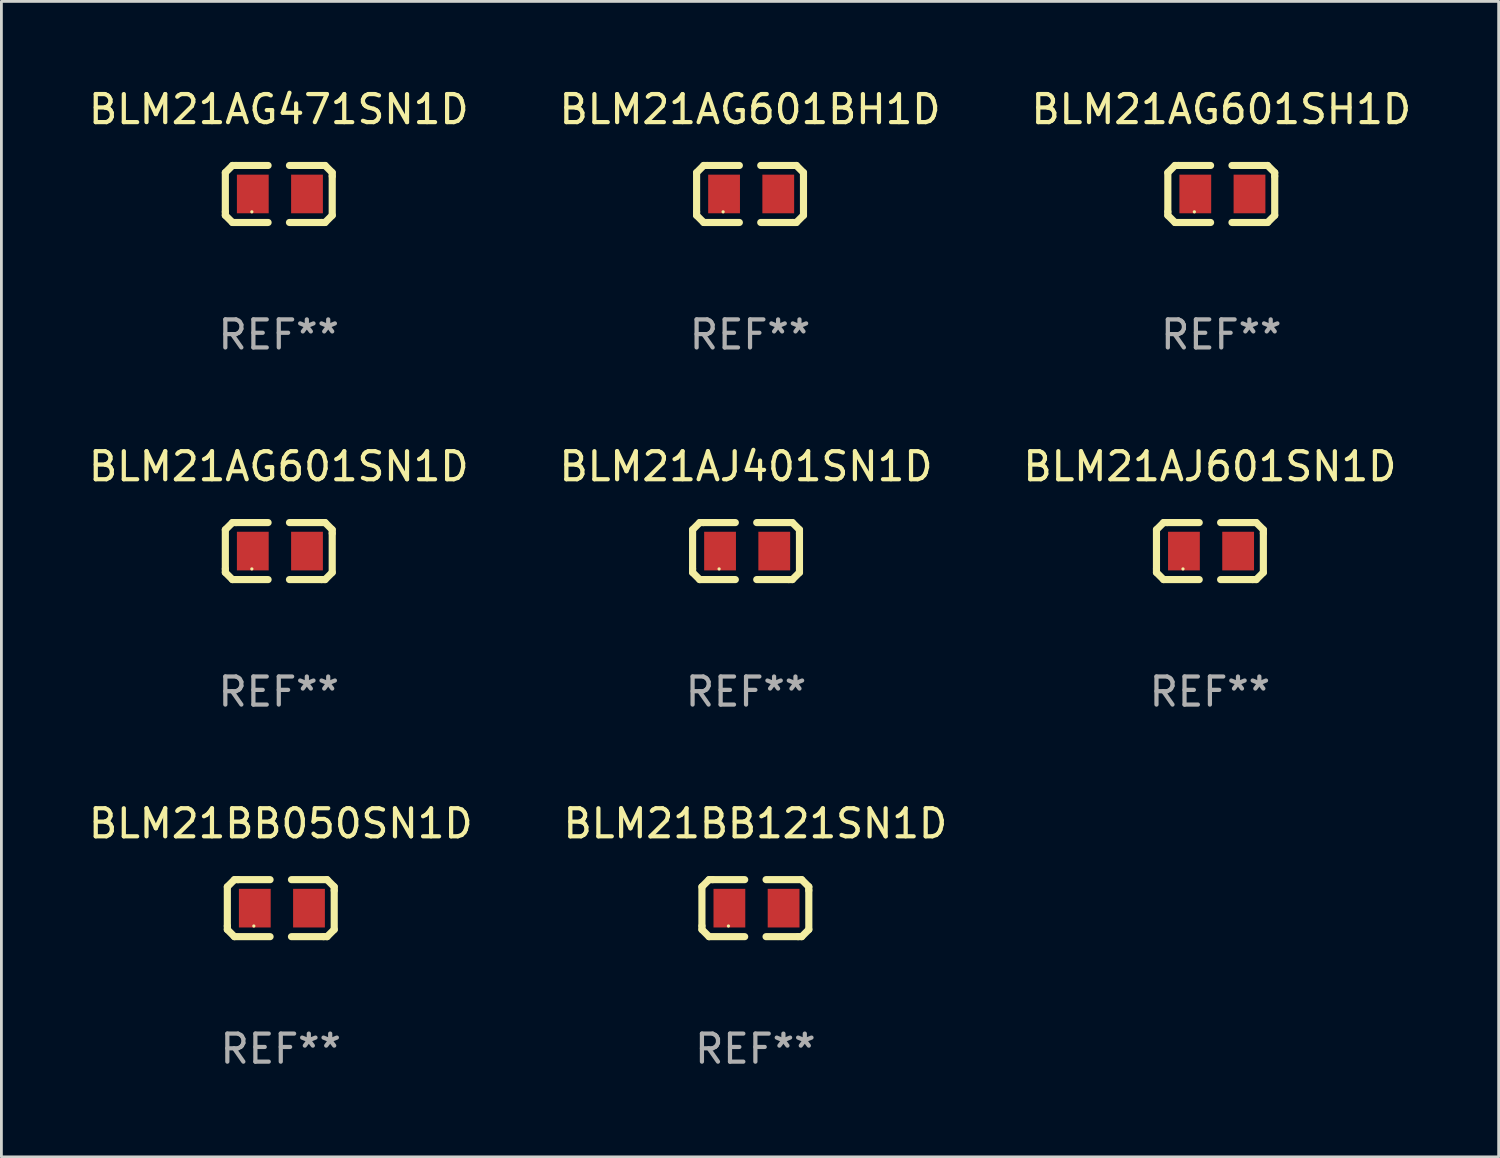
<source format=kicad_pcb>
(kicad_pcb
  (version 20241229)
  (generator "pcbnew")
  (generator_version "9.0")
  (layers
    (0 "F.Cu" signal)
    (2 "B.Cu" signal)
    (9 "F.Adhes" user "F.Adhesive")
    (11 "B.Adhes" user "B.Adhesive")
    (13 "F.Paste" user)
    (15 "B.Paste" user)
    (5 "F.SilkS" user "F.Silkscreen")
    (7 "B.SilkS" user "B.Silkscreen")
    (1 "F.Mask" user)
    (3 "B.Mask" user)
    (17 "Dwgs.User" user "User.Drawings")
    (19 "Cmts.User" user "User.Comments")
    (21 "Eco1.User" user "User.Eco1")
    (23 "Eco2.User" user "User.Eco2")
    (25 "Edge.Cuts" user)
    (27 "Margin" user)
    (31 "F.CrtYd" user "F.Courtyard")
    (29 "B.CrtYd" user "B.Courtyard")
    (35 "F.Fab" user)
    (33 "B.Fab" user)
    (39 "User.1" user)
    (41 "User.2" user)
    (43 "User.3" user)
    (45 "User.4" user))
  (footprint "BLM21AG471SN1D"
    (layer "F.Cu")
    (at 6.887 3.864)
    (property "Reference" "BLM21AG471SN1D" (at 0 -3.016 0) (layer "F.SilkS") (effects (font (size 1 1) (thickness 0.15))))
    (attr through_hole)
    (fp_line (start -1.905 -0.762) (end -1.905 0.635) (stroke (width 0.254) (type solid)) (layer "F.SilkS"))
    (fp_line (start -1.905 0.635) (end -1.905 0.762) (stroke (width 0.254) (type solid)) (layer "F.SilkS"))
    (fp_line (start -1.905 0.762) (end -1.651 1.016) (stroke (width 0.254) (type solid)) (layer "F.SilkS"))
    (fp_line (start -1.651 -1.016) (end -1.905 -0.762) (stroke (width 0.254) (type solid)) (layer "F.SilkS"))
    (fp_line (start -1.651 1.016) (end -0.381 1.016) (stroke (width 0.254) (type solid)) (layer "F.SilkS"))
    (fp_line (start -1.524 -1.016) (end -1.651 -1.016) (stroke (width 0.254) (type solid)) (layer "F.SilkS"))
    (fp_line (start -0.381 -1.016) (end -1.524 -1.016) (stroke (width 0.254) (type solid)) (layer "F.SilkS"))
    (fp_line (start 0.381 1.016) (end 1.524 1.016) (stroke (width 0.254) (type solid)) (layer "F.SilkS"))
    (fp_line (start 1.524 1.016) (end 1.651 1.016) (stroke (width 0.254) (type solid)) (layer "F.SilkS"))
    (fp_line (start 1.651 -1.016) (end 0.381 -1.016) (stroke (width 0.254) (type solid)) (layer "F.SilkS"))
    (fp_line (start 1.651 1.016) (end 1.905 0.762) (stroke (width 0.254) (type solid)) (layer "F.SilkS"))
    (fp_line (start 1.905 -0.762) (end 1.651 -1.016) (stroke (width 0.254) (type solid)) (layer "F.SilkS"))
    (fp_line (start 1.905 -0.635) (end 1.905 -0.762) (stroke (width 0.254) (type solid)) (layer "F.SilkS"))
    (fp_line (start 1.905 0.762) (end 1.905 -0.635) (stroke (width 0.254) (type solid)) (layer "F.SilkS"))
    (fp_circle (center -0.96 0.637) (end -0.93 0.637) (stroke (width 0.06) (type solid)) (fill no) (layer "F.SilkS"))
    (fp_text user "REF**" (at 0 5.016 0) (layer "F.Fab") (effects (font (size 1 1) (thickness 0.15))))
    (pad "1" smd rect (at -0.926 -0.000051) (size 1.133 1.377) (layers "F.Cu" "F.Mask" "F.Paste"))
    (pad "2" smd rect (at 1.006 -0.000051) (size 1.133 1.377) (layers "F.Cu" "F.Mask" "F.Paste")))
  (footprint "BLM21BB121SN1D"
    (layer "F.Cu")
    (at 23.875 29.321)
    (property "Reference" "BLM21BB121SN1D" (at 0 -3.016 0) (layer "F.SilkS") (effects (font (size 1 1) (thickness 0.15))))
    (attr through_hole)
    (fp_line (start -1.905 -0.762) (end -1.905 0.635) (stroke (width 0.254) (type solid)) (layer "F.SilkS"))
    (fp_line (start -1.905 0.635) (end -1.905 0.762) (stroke (width 0.254) (type solid)) (layer "F.SilkS"))
    (fp_line (start -1.905 0.762) (end -1.651 1.016) (stroke (width 0.254) (type solid)) (layer "F.SilkS"))
    (fp_line (start -1.651 -1.016) (end -1.905 -0.762) (stroke (width 0.254) (type solid)) (layer "F.SilkS"))
    (fp_line (start -1.651 1.016) (end -0.381 1.016) (stroke (width 0.254) (type solid)) (layer "F.SilkS"))
    (fp_line (start -1.524 -1.016) (end -1.651 -1.016) (stroke (width 0.254) (type solid)) (layer "F.SilkS"))
    (fp_line (start -0.381 -1.016) (end -1.524 -1.016) (stroke (width 0.254) (type solid)) (layer "F.SilkS"))
    (fp_line (start 0.381 1.016) (end 1.524 1.016) (stroke (width 0.254) (type solid)) (layer "F.SilkS"))
    (fp_line (start 1.524 1.016) (end 1.651 1.016) (stroke (width 0.254) (type solid)) (layer "F.SilkS"))
    (fp_line (start 1.651 -1.016) (end 0.381 -1.016) (stroke (width 0.254) (type solid)) (layer "F.SilkS"))
    (fp_line (start 1.651 1.016) (end 1.905 0.762) (stroke (width 0.254) (type solid)) (layer "F.SilkS"))
    (fp_line (start 1.905 -0.762) (end 1.651 -1.016) (stroke (width 0.254) (type solid)) (layer "F.SilkS"))
    (fp_line (start 1.905 -0.635) (end 1.905 -0.762) (stroke (width 0.254) (type solid)) (layer "F.SilkS"))
    (fp_line (start 1.905 0.762) (end 1.905 -0.635) (stroke (width 0.254) (type solid)) (layer "F.SilkS"))
    (fp_circle (center -0.96 0.637) (end -0.93 0.637) (stroke (width 0.06) (type solid)) (fill no) (layer "F.SilkS"))
    (fp_text user "REF**" (at 0 5.016 0) (layer "F.Fab") (effects (font (size 1 1) (thickness 0.15))))
    (pad "1" smd rect (at -0.926 -0.000051) (size 1.133 1.377) (layers "F.Cu" "F.Mask" "F.Paste"))
    (pad "2" smd rect (at 1.006 -0.000051) (size 1.133 1.377) (layers "F.Cu" "F.Mask" "F.Paste")))
  (footprint "BLM21AG601BH1D"
    (layer "F.Cu")
    (at 23.685 3.864)
    (property "Reference" "BLM21AG601BH1D" (at 0 -3.016 0) (layer "F.SilkS") (effects (font (size 1 1) (thickness 0.15))))
    (attr through_hole)
    (fp_line (start -1.905 -0.762) (end -1.905 0.635) (stroke (width 0.254) (type solid)) (layer "F.SilkS"))
    (fp_line (start -1.905 0.635) (end -1.905 0.762) (stroke (width 0.254) (type solid)) (layer "F.SilkS"))
    (fp_line (start -1.905 0.762) (end -1.651 1.016) (stroke (width 0.254) (type solid)) (layer "F.SilkS"))
    (fp_line (start -1.651 -1.016) (end -1.905 -0.762) (stroke (width 0.254) (type solid)) (layer "F.SilkS"))
    (fp_line (start -1.651 1.016) (end -0.381 1.016) (stroke (width 0.254) (type solid)) (layer "F.SilkS"))
    (fp_line (start -1.524 -1.016) (end -1.651 -1.016) (stroke (width 0.254) (type solid)) (layer "F.SilkS"))
    (fp_line (start -0.381 -1.016) (end -1.524 -1.016) (stroke (width 0.254) (type solid)) (layer "F.SilkS"))
    (fp_line (start 0.381 1.016) (end 1.524 1.016) (stroke (width 0.254) (type solid)) (layer "F.SilkS"))
    (fp_line (start 1.524 1.016) (end 1.651 1.016) (stroke (width 0.254) (type solid)) (layer "F.SilkS"))
    (fp_line (start 1.651 -1.016) (end 0.381 -1.016) (stroke (width 0.254) (type solid)) (layer "F.SilkS"))
    (fp_line (start 1.651 1.016) (end 1.905 0.762) (stroke (width 0.254) (type solid)) (layer "F.SilkS"))
    (fp_line (start 1.905 -0.762) (end 1.651 -1.016) (stroke (width 0.254) (type solid)) (layer "F.SilkS"))
    (fp_line (start 1.905 -0.635) (end 1.905 -0.762) (stroke (width 0.254) (type solid)) (layer "F.SilkS"))
    (fp_line (start 1.905 0.762) (end 1.905 -0.635) (stroke (width 0.254) (type solid)) (layer "F.SilkS"))
    (fp_circle (center -0.96 0.637) (end -0.93 0.637) (stroke (width 0.06) (type solid)) (fill no) (layer "F.SilkS"))
    (fp_text user "REF**" (at 0 5.016 0) (layer "F.Fab") (effects (font (size 1 1) (thickness 0.15))))
    (pad "1" smd rect (at -0.926 -0.000051) (size 1.133 1.377) (layers "F.Cu" "F.Mask" "F.Paste"))
    (pad "2" smd rect (at 1.006 -0.000051) (size 1.133 1.377) (layers "F.Cu" "F.Mask" "F.Paste")))
  (footprint "BLM21AJ601SN1D"
    (layer "F.Cu")
    (at 40.077 16.593)
    (property "Reference" "BLM21AJ601SN1D" (at 0 -3.016 0) (layer "F.SilkS") (effects (font (size 1 1) (thickness 0.15))))
    (attr through_hole)
    (fp_line (start -1.905 -0.762) (end -1.905 0.635) (stroke (width 0.254) (type solid)) (layer "F.SilkS"))
    (fp_line (start -1.905 0.635) (end -1.905 0.762) (stroke (width 0.254) (type solid)) (layer "F.SilkS"))
    (fp_line (start -1.905 0.762) (end -1.651 1.016) (stroke (width 0.254) (type solid)) (layer "F.SilkS"))
    (fp_line (start -1.651 -1.016) (end -1.905 -0.762) (stroke (width 0.254) (type solid)) (layer "F.SilkS"))
    (fp_line (start -1.651 1.016) (end -0.381 1.016) (stroke (width 0.254) (type solid)) (layer "F.SilkS"))
    (fp_line (start -1.524 -1.016) (end -1.651 -1.016) (stroke (width 0.254) (type solid)) (layer "F.SilkS"))
    (fp_line (start -0.381 -1.016) (end -1.524 -1.016) (stroke (width 0.254) (type solid)) (layer "F.SilkS"))
    (fp_line (start 0.381 1.016) (end 1.524 1.016) (stroke (width 0.254) (type solid)) (layer "F.SilkS"))
    (fp_line (start 1.524 1.016) (end 1.651 1.016) (stroke (width 0.254) (type solid)) (layer "F.SilkS"))
    (fp_line (start 1.651 -1.016) (end 0.381 -1.016) (stroke (width 0.254) (type solid)) (layer "F.SilkS"))
    (fp_line (start 1.651 1.016) (end 1.905 0.762) (stroke (width 0.254) (type solid)) (layer "F.SilkS"))
    (fp_line (start 1.905 -0.762) (end 1.651 -1.016) (stroke (width 0.254) (type solid)) (layer "F.SilkS"))
    (fp_line (start 1.905 -0.635) (end 1.905 -0.762) (stroke (width 0.254) (type solid)) (layer "F.SilkS"))
    (fp_line (start 1.905 0.762) (end 1.905 -0.635) (stroke (width 0.254) (type solid)) (layer "F.SilkS"))
    (fp_circle (center -0.96 0.637) (end -0.93 0.637) (stroke (width 0.06) (type solid)) (fill no) (layer "F.SilkS"))
    (fp_text user "REF**" (at 0 5.016 0) (layer "F.Fab") (effects (font (size 1 1) (thickness 0.15))))
    (pad "1" smd rect (at -0.926 -0.000051) (size 1.133 1.377) (layers "F.Cu" "F.Mask" "F.Paste"))
    (pad "2" smd rect (at 1.006 -0.000051) (size 1.133 1.377) (layers "F.Cu" "F.Mask" "F.Paste")))
  (footprint "BLM21BB050SN1D"
    (layer "F.Cu")
    (at 6.958 29.321)
    (property "Reference" "BLM21BB050SN1D" (at 0 -3.016 0) (layer "F.SilkS") (effects (font (size 1 1) (thickness 0.15))))
    (attr through_hole)
    (fp_line (start -1.905 -0.762) (end -1.905 0.635) (stroke (width 0.254) (type solid)) (layer "F.SilkS"))
    (fp_line (start -1.905 0.635) (end -1.905 0.762) (stroke (width 0.254) (type solid)) (layer "F.SilkS"))
    (fp_line (start -1.905 0.762) (end -1.651 1.016) (stroke (width 0.254) (type solid)) (layer "F.SilkS"))
    (fp_line (start -1.651 -1.016) (end -1.905 -0.762) (stroke (width 0.254) (type solid)) (layer "F.SilkS"))
    (fp_line (start -1.651 1.016) (end -0.381 1.016) (stroke (width 0.254) (type solid)) (layer "F.SilkS"))
    (fp_line (start -1.524 -1.016) (end -1.651 -1.016) (stroke (width 0.254) (type solid)) (layer "F.SilkS"))
    (fp_line (start -0.381 -1.016) (end -1.524 -1.016) (stroke (width 0.254) (type solid)) (layer "F.SilkS"))
    (fp_line (start 0.381 1.016) (end 1.524 1.016) (stroke (width 0.254) (type solid)) (layer "F.SilkS"))
    (fp_line (start 1.524 1.016) (end 1.651 1.016) (stroke (width 0.254) (type solid)) (layer "F.SilkS"))
    (fp_line (start 1.651 -1.016) (end 0.381 -1.016) (stroke (width 0.254) (type solid)) (layer "F.SilkS"))
    (fp_line (start 1.651 1.016) (end 1.905 0.762) (stroke (width 0.254) (type solid)) (layer "F.SilkS"))
    (fp_line (start 1.905 -0.762) (end 1.651 -1.016) (stroke (width 0.254) (type solid)) (layer "F.SilkS"))
    (fp_line (start 1.905 -0.635) (end 1.905 -0.762) (stroke (width 0.254) (type solid)) (layer "F.SilkS"))
    (fp_line (start 1.905 0.762) (end 1.905 -0.635) (stroke (width 0.254) (type solid)) (layer "F.SilkS"))
    (fp_circle (center -0.96 0.637) (end -0.93 0.637) (stroke (width 0.06) (type solid)) (fill no) (layer "F.SilkS"))
    (fp_text user "REF**" (at 0 5.016 0) (layer "F.Fab") (effects (font (size 1 1) (thickness 0.15))))
    (pad "1" smd rect (at -0.926 -0.000051) (size 1.133 1.377) (layers "F.Cu" "F.Mask" "F.Paste"))
    (pad "2" smd rect (at 1.006 -0.000051) (size 1.133 1.377) (layers "F.Cu" "F.Mask" "F.Paste")))
  (footprint "BLM21AJ401SN1D"
    (layer "F.Cu")
    (at 23.542 16.593)
    (property "Reference" "BLM21AJ401SN1D" (at 0 -3.016 0) (layer "F.SilkS") (effects (font (size 1 1) (thickness 0.15))))
    (attr through_hole)
    (fp_line (start -1.905 -0.762) (end -1.905 0.635) (stroke (width 0.254) (type solid)) (layer "F.SilkS"))
    (fp_line (start -1.905 0.635) (end -1.905 0.762) (stroke (width 0.254) (type solid)) (layer "F.SilkS"))
    (fp_line (start -1.905 0.762) (end -1.651 1.016) (stroke (width 0.254) (type solid)) (layer "F.SilkS"))
    (fp_line (start -1.651 -1.016) (end -1.905 -0.762) (stroke (width 0.254) (type solid)) (layer "F.SilkS"))
    (fp_line (start -1.651 1.016) (end -0.381 1.016) (stroke (width 0.254) (type solid)) (layer "F.SilkS"))
    (fp_line (start -1.524 -1.016) (end -1.651 -1.016) (stroke (width 0.254) (type solid)) (layer "F.SilkS"))
    (fp_line (start -0.381 -1.016) (end -1.524 -1.016) (stroke (width 0.254) (type solid)) (layer "F.SilkS"))
    (fp_line (start 0.381 1.016) (end 1.524 1.016) (stroke (width 0.254) (type solid)) (layer "F.SilkS"))
    (fp_line (start 1.524 1.016) (end 1.651 1.016) (stroke (width 0.254) (type solid)) (layer "F.SilkS"))
    (fp_line (start 1.651 -1.016) (end 0.381 -1.016) (stroke (width 0.254) (type solid)) (layer "F.SilkS"))
    (fp_line (start 1.651 1.016) (end 1.905 0.762) (stroke (width 0.254) (type solid)) (layer "F.SilkS"))
    (fp_line (start 1.905 -0.762) (end 1.651 -1.016) (stroke (width 0.254) (type solid)) (layer "F.SilkS"))
    (fp_line (start 1.905 -0.635) (end 1.905 -0.762) (stroke (width 0.254) (type solid)) (layer "F.SilkS"))
    (fp_line (start 1.905 0.762) (end 1.905 -0.635) (stroke (width 0.254) (type solid)) (layer "F.SilkS"))
    (fp_circle (center -0.96 0.637) (end -0.93 0.637) (stroke (width 0.06) (type solid)) (fill no) (layer "F.SilkS"))
    (fp_text user "REF**" (at 0 5.016 0) (layer "F.Fab") (effects (font (size 1 1) (thickness 0.15))))
    (pad "1" smd rect (at -0.926 -0.000051) (size 1.133 1.377) (layers "F.Cu" "F.Mask" "F.Paste"))
    (pad "2" smd rect (at 1.006 -0.000051) (size 1.133 1.377) (layers "F.Cu" "F.Mask" "F.Paste")))
  (footprint "BLM21AG601SH1D"
    (layer "F.Cu")
    (at 40.482 3.864)
    (property "Reference" "BLM21AG601SH1D" (at 0 -3.016 0) (layer "F.SilkS") (effects (font (size 1 1) (thickness 0.15))))
    (attr through_hole)
    (fp_line (start -1.905 -0.762) (end -1.905 0.635) (stroke (width 0.254) (type solid)) (layer "F.SilkS"))
    (fp_line (start -1.905 0.635) (end -1.905 0.762) (stroke (width 0.254) (type solid)) (layer "F.SilkS"))
    (fp_line (start -1.905 0.762) (end -1.651 1.016) (stroke (width 0.254) (type solid)) (layer "F.SilkS"))
    (fp_line (start -1.651 -1.016) (end -1.905 -0.762) (stroke (width 0.254) (type solid)) (layer "F.SilkS"))
    (fp_line (start -1.651 1.016) (end -0.381 1.016) (stroke (width 0.254) (type solid)) (layer "F.SilkS"))
    (fp_line (start -1.524 -1.016) (end -1.651 -1.016) (stroke (width 0.254) (type solid)) (layer "F.SilkS"))
    (fp_line (start -0.381 -1.016) (end -1.524 -1.016) (stroke (width 0.254) (type solid)) (layer "F.SilkS"))
    (fp_line (start 0.381 1.016) (end 1.524 1.016) (stroke (width 0.254) (type solid)) (layer "F.SilkS"))
    (fp_line (start 1.524 1.016) (end 1.651 1.016) (stroke (width 0.254) (type solid)) (layer "F.SilkS"))
    (fp_line (start 1.651 -1.016) (end 0.381 -1.016) (stroke (width 0.254) (type solid)) (layer "F.SilkS"))
    (fp_line (start 1.651 1.016) (end 1.905 0.762) (stroke (width 0.254) (type solid)) (layer "F.SilkS"))
    (fp_line (start 1.905 -0.762) (end 1.651 -1.016) (stroke (width 0.254) (type solid)) (layer "F.SilkS"))
    (fp_line (start 1.905 -0.635) (end 1.905 -0.762) (stroke (width 0.254) (type solid)) (layer "F.SilkS"))
    (fp_line (start 1.905 0.762) (end 1.905 -0.635) (stroke (width 0.254) (type solid)) (layer "F.SilkS"))
    (fp_circle (center -0.96 0.637) (end -0.93 0.637) (stroke (width 0.06) (type solid)) (fill no) (layer "F.SilkS"))
    (fp_text user "REF**" (at 0 5.016 0) (layer "F.Fab") (effects (font (size 1 1) (thickness 0.15))))
    (pad "1" smd rect (at -0.926 -0.000051) (size 1.133 1.377) (layers "F.Cu" "F.Mask" "F.Paste"))
    (pad "2" smd rect (at 1.006 -0.000051) (size 1.133 1.377) (layers "F.Cu" "F.Mask" "F.Paste")))
  (footprint "BLM21AG601SN1D"
    (layer "F.Cu")
    (at 6.887 16.593)
    (property "Reference" "BLM21AG601SN1D" (at 0 -3.016 0) (layer "F.SilkS") (effects (font (size 1 1) (thickness 0.15))))
    (attr through_hole)
    (fp_line (start -1.905 -0.762) (end -1.905 0.635) (stroke (width 0.254) (type solid)) (layer "F.SilkS"))
    (fp_line (start -1.905 0.635) (end -1.905 0.762) (stroke (width 0.254) (type solid)) (layer "F.SilkS"))
    (fp_line (start -1.905 0.762) (end -1.651 1.016) (stroke (width 0.254) (type solid)) (layer "F.SilkS"))
    (fp_line (start -1.651 -1.016) (end -1.905 -0.762) (stroke (width 0.254) (type solid)) (layer "F.SilkS"))
    (fp_line (start -1.651 1.016) (end -0.381 1.016) (stroke (width 0.254) (type solid)) (layer "F.SilkS"))
    (fp_line (start -1.524 -1.016) (end -1.651 -1.016) (stroke (width 0.254) (type solid)) (layer "F.SilkS"))
    (fp_line (start -0.381 -1.016) (end -1.524 -1.016) (stroke (width 0.254) (type solid)) (layer "F.SilkS"))
    (fp_line (start 0.381 1.016) (end 1.524 1.016) (stroke (width 0.254) (type solid)) (layer "F.SilkS"))
    (fp_line (start 1.524 1.016) (end 1.651 1.016) (stroke (width 0.254) (type solid)) (layer "F.SilkS"))
    (fp_line (start 1.651 -1.016) (end 0.381 -1.016) (stroke (width 0.254) (type solid)) (layer "F.SilkS"))
    (fp_line (start 1.651 1.016) (end 1.905 0.762) (stroke (width 0.254) (type solid)) (layer "F.SilkS"))
    (fp_line (start 1.905 -0.762) (end 1.651 -1.016) (stroke (width 0.254) (type solid)) (layer "F.SilkS"))
    (fp_line (start 1.905 -0.635) (end 1.905 -0.762) (stroke (width 0.254) (type solid)) (layer "F.SilkS"))
    (fp_line (start 1.905 0.762) (end 1.905 -0.635) (stroke (width 0.254) (type solid)) (layer "F.SilkS"))
    (fp_circle (center -0.96 0.637) (end -0.93 0.637) (stroke (width 0.06) (type solid)) (fill no) (layer "F.SilkS"))
    (fp_text user "REF**" (at 0 5.016 0) (layer "F.Fab") (effects (font (size 1 1) (thickness 0.15))))
    (pad "1" smd rect (at -0.926 -0.000051) (size 1.133 1.377) (layers "F.Cu" "F.Mask" "F.Paste"))
    (pad "2" smd rect (at 1.006 -0.000051) (size 1.133 1.377) (layers "F.Cu" "F.Mask" "F.Paste")))
  (gr_rect
    (start -3 -3)
    (end 50.369 38.186)
    (stroke (width 0.1) (type default))
    (fill no)
    (layer "Edge.Cuts")))
</source>
